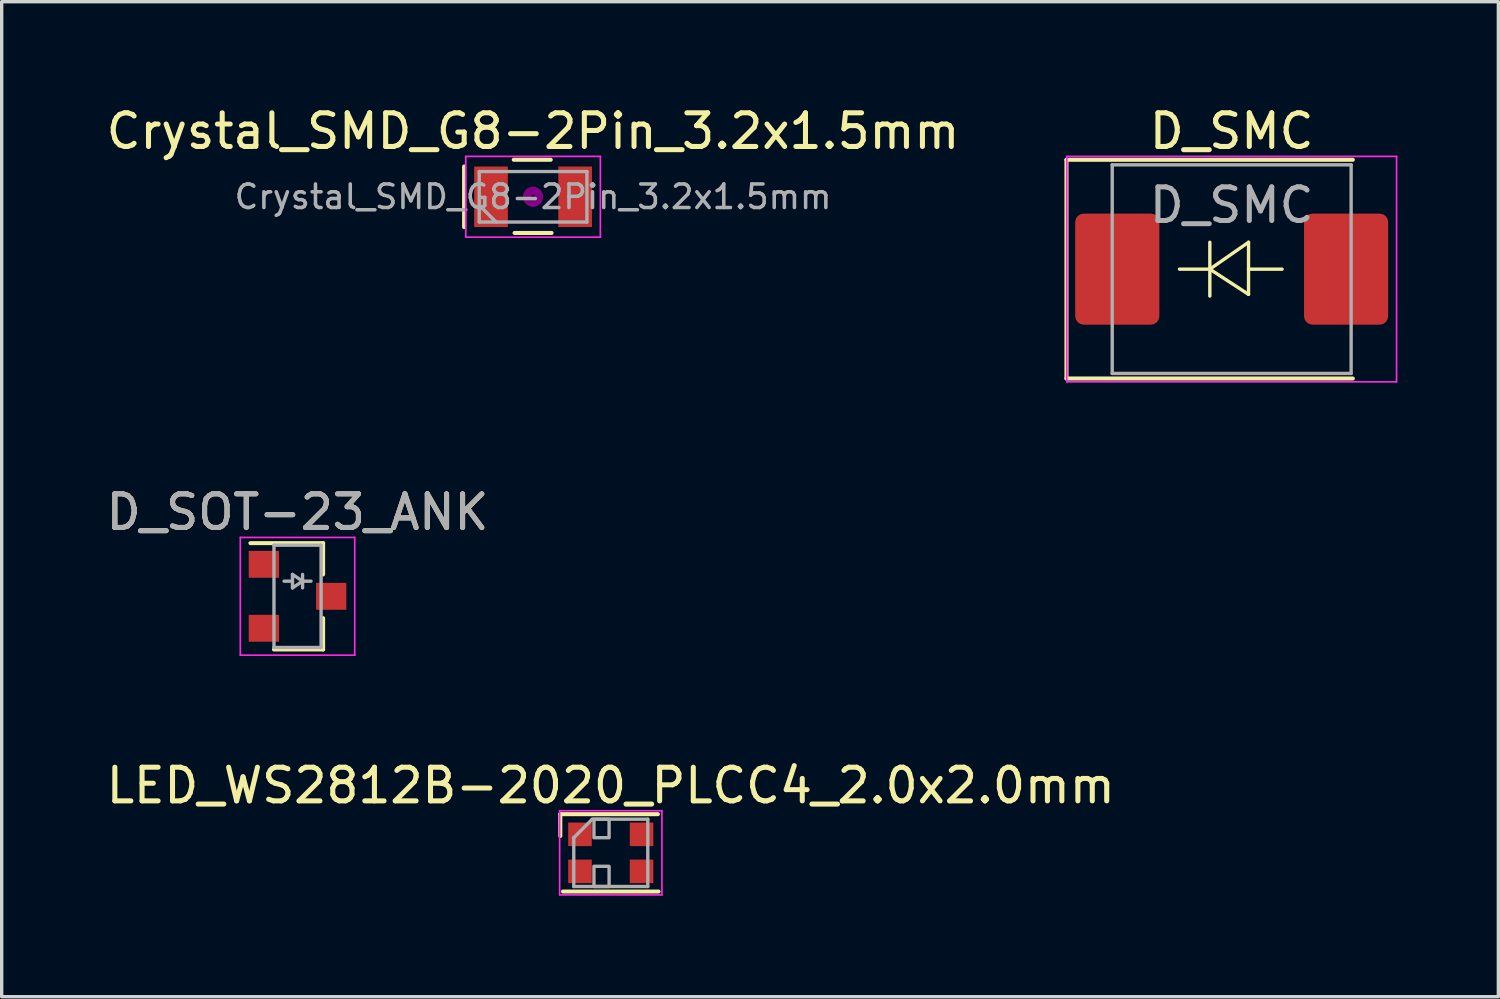
<source format=kicad_pcb>
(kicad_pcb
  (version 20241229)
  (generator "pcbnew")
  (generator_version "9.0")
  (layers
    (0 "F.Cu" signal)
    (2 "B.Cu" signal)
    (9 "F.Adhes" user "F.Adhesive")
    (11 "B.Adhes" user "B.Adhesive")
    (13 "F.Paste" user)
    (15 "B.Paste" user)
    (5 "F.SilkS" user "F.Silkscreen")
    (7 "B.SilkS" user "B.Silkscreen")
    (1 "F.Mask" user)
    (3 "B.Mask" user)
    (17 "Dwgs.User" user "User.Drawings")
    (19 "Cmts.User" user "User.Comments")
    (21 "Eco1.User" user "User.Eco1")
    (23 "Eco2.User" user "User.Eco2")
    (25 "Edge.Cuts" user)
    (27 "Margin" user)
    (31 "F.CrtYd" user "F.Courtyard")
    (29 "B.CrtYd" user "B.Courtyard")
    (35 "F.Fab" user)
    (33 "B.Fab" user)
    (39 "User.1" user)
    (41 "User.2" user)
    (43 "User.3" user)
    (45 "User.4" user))
  (footprint "D_SMC"
    (layer "F.Cu")
    (at 33.553 4.948)
    (property "Reference" "D_SMC" (at 0 -4.1 0) (layer "F.SilkS") (effects (font (size 1 1) (thickness 0.15))))
    (attr smd)
    (fp_line (start -4.91 -3.25) (end 3.6 -3.25) (stroke (width 0.12) (type solid)) (layer "F.SilkS"))
    (fp_line (start -4.91 3.25) (end -4.91 -3.25) (stroke (width 0.12) (type solid)) (layer "F.SilkS"))
    (fp_line (start -4.91 3.25) (end 3.6 3.25) (stroke (width 0.12) (type solid)) (layer "F.SilkS"))
    (fp_line (start -0.649 -0.799) (end -0.649 0.801) (stroke (width 0.1) (type solid)) (layer "F.SilkS"))
    (fp_line (start -0.649 0.001) (end -1.551 0.001) (stroke (width 0.1) (type solid)) (layer "F.SilkS"))
    (fp_line (start -0.649 0.001) (end 0.501 -0.799) (stroke (width 0.1) (type solid)) (layer "F.SilkS"))
    (fp_line (start -0.649 0.001) (end 0.501 0.75) (stroke (width 0.1) (type solid)) (layer "F.SilkS"))
    (fp_line (start 0.501 0.001) (end 1.499 0.001) (stroke (width 0.1) (type solid)) (layer "F.SilkS"))
    (fp_line (start 0.501 0.75) (end 0.501 -0.799) (stroke (width 0.1) (type solid)) (layer "F.SilkS"))
    (fp_line (start -4.9 -3.35) (end 4.9 -3.35) (stroke (width 0.05) (type solid)) (layer "F.CrtYd"))
    (fp_line (start -4.9 3.35) (end -4.9 -3.35) (stroke (width 0.05) (type solid)) (layer "F.CrtYd"))
    (fp_line (start 4.9 -3.35) (end 4.9 3.35) (stroke (width 0.05) (type solid)) (layer "F.CrtYd"))
    (fp_line (start 4.9 3.35) (end -4.9 3.35) (stroke (width 0.05) (type solid)) (layer "F.CrtYd"))
    (fp_line (start -3.55 3.1) (end -3.55 -3.1) (stroke (width 0.1) (type solid)) (layer "F.Fab"))
    (fp_line (start 3.55 -3.1) (end -3.55 -3.1) (stroke (width 0.1) (type solid)) (layer "F.Fab"))
    (fp_line (start 3.55 -3.1) (end 3.55 3.1) (stroke (width 0.1) (type solid)) (layer "F.Fab"))
    (fp_line (start 3.55 3.1) (end -3.55 3.1) (stroke (width 0.1) (type solid)) (layer "F.Fab"))
    (fp_text user "${REFERENCE}" (at 0 -1.9 0) (layer "F.Fab") (effects (font (size 1 1) (thickness 0.15))))
    (pad "1" smd roundrect (at -3.4 0 90) (size 3.3 2.5) (layers "F.Cu" "F.Mask" "F.Paste") (roundrect_rratio 0.1))
    (pad "2" smd roundrect (at 3.4 0 90) (size 3.3 2.5) (layers "F.Cu" "F.Mask" "F.Paste") (roundrect_rratio 0.1)))
  (footprint "LED_WS2812B-2020_PLCC4_2.0x2.0mm"
    (layer "F.Cu")
    (at 15.101 22.295)
    (property "Reference" "LED_WS2812B-2020_PLCC4_2.0x2.0mm" (at 0 -2 0) (layer "F.SilkS") (effects (font (size 1 1) (thickness 0.15))))
    (attr smd)
    (fp_line (start -1.5 -1.15) (end -1.5 -0.5) (stroke (width 0.12) (type solid)) (layer "F.SilkS"))
    (fp_line (start -1.5 -1.15) (end 1.4 -1.15) (stroke (width 0.12) (type solid)) (layer "F.SilkS"))
    (fp_line (start -1.42 1.15) (end 1.42 1.15) (stroke (width 0.12) (type solid)) (layer "F.SilkS"))
    (fp_line (start -1.52 -1.25) (end -1.52 1.25) (stroke (width 0.05) (type solid)) (layer "F.CrtYd"))
    (fp_line (start -1.52 1.25) (end 1.52 1.25) (stroke (width 0.05) (type solid)) (layer "F.CrtYd"))
    (fp_line (start 1.52 -1.25) (end -1.52 -1.25) (stroke (width 0.05) (type solid)) (layer "F.CrtYd"))
    (fp_line (start 1.52 1.25) (end 1.52 -1.25) (stroke (width 0.05) (type solid)) (layer "F.CrtYd"))
    (fp_line (start -1.1 -0.45) (end -1.1 1) (stroke (width 0.1) (type solid)) (layer "F.Fab"))
    (fp_line (start -1.1 1) (end 1.1 1) (stroke (width 0.1) (type solid)) (layer "F.Fab"))
    (fp_line (start -0.55 -1) (end -1.1 -0.45) (stroke (width 0.1) (type solid)) (layer "F.Fab"))
    (fp_line (start 1.1 -1) (end -0.55 -1) (stroke (width 0.1) (type solid)) (layer "F.Fab"))
    (fp_line (start 1.1 -1) (end 1.1 1) (stroke (width 0.1) (type solid)) (layer "F.Fab"))
    (fp_rect (start -0.5 -1) (end -0.05 -0.45) (stroke (width 0.1) (type solid)) (fill no) (layer "F.Fab"))
    (fp_rect (start -0.5 0.4) (end -0.05 1) (stroke (width 0.1) (type solid)) (fill no) (layer "F.Fab"))
    (pad "1" smd rect (at -0.915 -0.55) (size 0.7 0.7) (layers "F.Cu" "F.Mask" "F.Paste"))
    (pad "2" smd rect (at -0.915 0.55) (size 0.7 0.7) (layers "F.Cu" "F.Mask" "F.Paste"))
    (pad "3" smd rect (at 0.915 0.55) (size 0.7 0.7) (layers "F.Cu" "F.Mask" "F.Paste"))
    (pad "4" smd rect (at 0.915 -0.55) (size 0.7 0.7) (layers "F.Cu" "F.Mask" "F.Paste")))
  (footprint "D_SOT-23_ANK"
    (layer "F.Cu")
    (at 5.792 14.671)
    (property "Reference" "D_SOT-23_ANK" (at 0 -2.5 0) (layer "F.SilkS") (effects (font (size 1 1) (thickness 0.15))))
    (attr smd)
    (fp_line (start 0.76 -1.58) (end -1.4 -1.58) (stroke (width 0.12) (type solid)) (layer "F.SilkS"))
    (fp_line (start 0.76 -1.58) (end 0.76 -0.65) (stroke (width 0.12) (type solid)) (layer "F.SilkS"))
    (fp_line (start 0.76 1.58) (end -0.7 1.58) (stroke (width 0.12) (type solid)) (layer "F.SilkS"))
    (fp_line (start 0.76 1.58) (end 0.76 0.65) (stroke (width 0.12) (type solid)) (layer "F.SilkS"))
    (fp_line (start -1.7 -1.75) (end 1.7 -1.75) (stroke (width 0.05) (type solid)) (layer "F.CrtYd"))
    (fp_line (start -1.7 1.75) (end -1.7 -1.75) (stroke (width 0.05) (type solid)) (layer "F.CrtYd"))
    (fp_line (start 1.7 -1.75) (end 1.7 1.75) (stroke (width 0.05) (type solid)) (layer "F.CrtYd"))
    (fp_line (start 1.7 1.75) (end -1.7 1.75) (stroke (width 0.05) (type solid)) (layer "F.CrtYd"))
    (fp_line (start -0.7 -1.52) (end -0.7 1.52) (stroke (width 0.1) (type solid)) (layer "F.Fab"))
    (fp_line (start -0.7 -1.52) (end 0.7 -1.52) (stroke (width 0.1) (type solid)) (layer "F.Fab"))
    (fp_line (start -0.7 1.52) (end 0.7 1.52) (stroke (width 0.1) (type solid)) (layer "F.Fab"))
    (fp_line (start -0.15 -0.65) (end -0.15 -0.25) (stroke (width 0.1) (type solid)) (layer "F.Fab"))
    (fp_line (start -0.15 -0.45) (end -0.4 -0.45) (stroke (width 0.1) (type solid)) (layer "F.Fab"))
    (fp_line (start -0.15 -0.25) (end 0.15 -0.45) (stroke (width 0.1) (type solid)) (layer "F.Fab"))
    (fp_line (start 0.15 -0.65) (end 0.15 -0.25) (stroke (width 0.1) (type solid)) (layer "F.Fab"))
    (fp_line (start 0.15 -0.45) (end -0.15 -0.65) (stroke (width 0.1) (type solid)) (layer "F.Fab"))
    (fp_line (start 0.15 -0.45) (end 0.4 -0.45) (stroke (width 0.1) (type solid)) (layer "F.Fab"))
    (fp_line (start 0.7 -1.52) (end 0.7 1.52) (stroke (width 0.1) (type solid)) (layer "F.Fab"))
    (fp_text user "${REFERENCE}" (at 0 -2.5 0) (layer "F.Fab") (effects (font (size 1 1) (thickness 0.15))))
    (pad "" smd rect (at -1 0.95) (size 0.9 0.8) (layers "F.Cu" "F.Mask" "F.Paste"))
    (pad "1" smd rect (at 1 0) (size 0.9 0.8) (layers "F.Cu" "F.Mask" "F.Paste"))
    (pad "2" smd rect (at -1 -0.95) (size 0.9 0.8) (layers "F.Cu" "F.Mask" "F.Paste")))
  (footprint "Crystal_SMD_G8-2Pin_3.2x1.5mm"
    (layer "F.Cu")
    (at 12.792 2.798)
    (property "Reference" "Crystal_SMD_G8-2Pin_3.2x1.5mm" (at 0 -1.95 0) (layer "F.SilkS") (effects (font (size 1 1) (thickness 0.15))))
    (attr smd)
    (fp_line (start -2.05 -0.9) (end -2.05 0.9) (stroke (width 0.12) (type solid)) (layer "F.SilkS"))
    (fp_line (start -0.575 -1.1) (end 0.525 -1.1) (stroke (width 0.12) (type solid)) (layer "F.SilkS"))
    (fp_line (start -0.55 1.075) (end 0.55 1.075) (stroke (width 0.12) (type solid)) (layer "F.SilkS"))
    (fp_circle (center 0 0) (end 0.058 0) (stroke (width 0.117) (type solid)) (fill no) (layer "F.Adhes"))
    (fp_circle (center 0 0) (end 0.133 0) (stroke (width 0.083) (type solid)) (fill no) (layer "F.Adhes"))
    (fp_circle (center 0 0) (end 0.208 0) (stroke (width 0.083) (type solid)) (fill no) (layer "F.Adhes"))
    (fp_circle (center 0 0) (end 0.25 0) (stroke (width 0.1) (type solid)) (fill no) (layer "F.Adhes"))
    (fp_line (start -2 -1.2) (end -2 1.2) (stroke (width 0.05) (type solid)) (layer "F.CrtYd"))
    (fp_line (start -2 1.2) (end 2 1.2) (stroke (width 0.05) (type solid)) (layer "F.CrtYd"))
    (fp_line (start 2 -1.2) (end -2 -1.2) (stroke (width 0.05) (type solid)) (layer "F.CrtYd"))
    (fp_line (start 2 1.2) (end 2 -1.2) (stroke (width 0.05) (type solid)) (layer "F.CrtYd"))
    (fp_line (start -1.6 -0.75) (end -1.6 0.75) (stroke (width 0.1) (type solid)) (layer "F.Fab"))
    (fp_line (start -1.6 0.25) (end -1.1 0.75) (stroke (width 0.1) (type solid)) (layer "F.Fab"))
    (fp_line (start -1.6 0.75) (end 1.6 0.75) (stroke (width 0.1) (type solid)) (layer "F.Fab"))
    (fp_line (start 1.6 -0.75) (end -1.6 -0.75) (stroke (width 0.1) (type solid)) (layer "F.Fab"))
    (fp_line (start 1.6 0.75) (end 1.6 -0.75) (stroke (width 0.1) (type solid)) (layer "F.Fab"))
    (fp_text user "${REFERENCE}" (at 0 0 0) (layer "F.Fab") (effects (font (size 0.7 0.7) (thickness 0.105))))
    (pad "1" smd rect (at -1.25 0) (size 1 1.8) (layers "F.Cu" "F.Mask" "F.Paste"))
    (pad "2" smd rect (at 1.25 0) (size 1 1.8) (layers "F.Cu" "F.Mask" "F.Paste")))
  (gr_rect
    (start -3 -3)
    (end 41.478 26.57)
    (stroke (width 0.1) (type default))
    (fill no)
    (layer "Edge.Cuts")))
</source>
